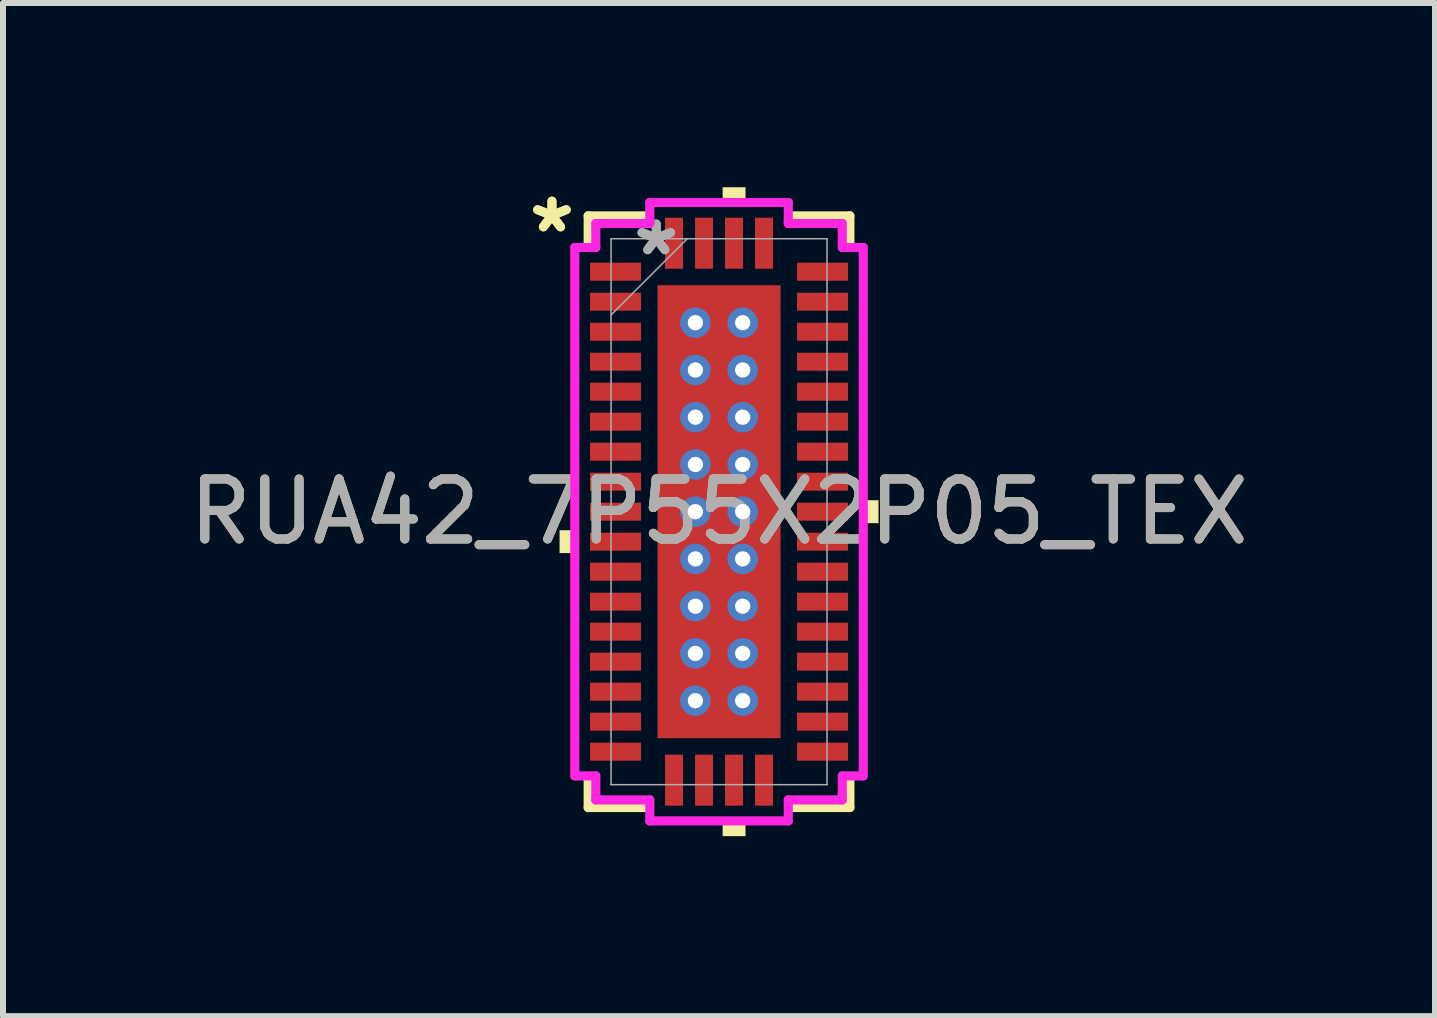
<source format=kicad_pcb>
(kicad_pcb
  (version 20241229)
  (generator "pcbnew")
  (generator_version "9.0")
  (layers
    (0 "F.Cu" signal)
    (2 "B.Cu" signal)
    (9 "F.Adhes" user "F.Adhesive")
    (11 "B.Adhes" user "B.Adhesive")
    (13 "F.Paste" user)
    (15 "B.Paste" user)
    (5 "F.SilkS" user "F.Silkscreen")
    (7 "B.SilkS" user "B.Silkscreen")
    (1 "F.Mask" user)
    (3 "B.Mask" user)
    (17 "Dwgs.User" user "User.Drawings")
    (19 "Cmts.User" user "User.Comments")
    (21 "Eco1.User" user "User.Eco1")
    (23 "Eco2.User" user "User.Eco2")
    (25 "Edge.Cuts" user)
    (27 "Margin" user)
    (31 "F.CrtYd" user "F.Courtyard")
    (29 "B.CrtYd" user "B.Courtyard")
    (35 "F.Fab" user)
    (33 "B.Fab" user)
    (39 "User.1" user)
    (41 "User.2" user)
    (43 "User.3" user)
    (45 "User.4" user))
  (footprint "RUA42_7P55X2P05_TEX"
    (layer "F.Cu")
    (at 8.935 5.479)
    (property "Reference" "RUA42_7P55X2P05_TEX" (at 0 0 0) (unlocked yes) (layer "F.SilkS") (effects (font (size 1 1) (thickness 0.15))))
    (attr smd)
    (fp_poly (pts (xy -1.089 -3.838) (xy -0.594 -3.838) (xy -0.594 3.838) (xy -1.089 3.838)) (stroke (width 0) (type solid)) (fill yes) (layer "F.Mask"))
    (fp_poly (pts (xy -1.089 -3.838) (xy 1.089 -3.838) (xy 1.089 -3.35) (xy -1.089 -3.35)) (stroke (width 0) (type solid)) (fill yes) (layer "F.Mask"))
    (fp_poly (pts (xy -1.089 -2.95) (xy 1.089 -2.95) (xy 1.089 -2.562) (xy -1.089 -2.562)) (stroke (width 0) (type solid)) (fill yes) (layer "F.Mask"))
    (fp_poly (pts (xy -1.089 -2.162) (xy 1.089 -2.162) (xy 1.089 -1.775) (xy -1.089 -1.775)) (stroke (width 0) (type solid)) (fill yes) (layer "F.Mask"))
    (fp_poly (pts (xy -1.089 -1.375) (xy 1.089 -1.375) (xy 1.089 -0.987) (xy -1.089 -0.987)) (stroke (width 0) (type solid)) (fill yes) (layer "F.Mask"))
    (fp_poly (pts (xy -1.089 -0.587) (xy 1.089 -0.587) (xy 1.089 -0.2) (xy -1.089 -0.2)) (stroke (width 0) (type solid)) (fill yes) (layer "F.Mask"))
    (fp_poly (pts (xy -1.089 0.2) (xy 1.089 0.2) (xy 1.089 0.587) (xy -1.089 0.587)) (stroke (width 0) (type solid)) (fill yes) (layer "F.Mask"))
    (fp_poly (pts (xy -1.089 0.987) (xy 1.089 0.987) (xy 1.089 1.375) (xy -1.089 1.375)) (stroke (width 0) (type solid)) (fill yes) (layer "F.Mask"))
    (fp_poly (pts (xy -1.089 1.775) (xy 1.089 1.775) (xy 1.089 2.162) (xy -1.089 2.162)) (stroke (width 0) (type solid)) (fill yes) (layer "F.Mask"))
    (fp_poly (pts (xy -1.089 2.562) (xy 1.089 2.562) (xy 1.089 2.95) (xy -1.089 2.95)) (stroke (width 0) (type solid)) (fill yes) (layer "F.Mask"))
    (fp_poly (pts (xy -1.089 3.35) (xy 1.089 3.35) (xy 1.089 3.838) (xy -1.089 3.838)) (stroke (width 0) (type solid)) (fill yes) (layer "F.Mask"))
    (fp_poly (pts (xy 0.194 -3.838) (xy -0.194 -3.838) (xy -0.194 3.838) (xy 0.194 3.838)) (stroke (width 0) (type solid)) (fill yes) (layer "F.Mask"))
    (fp_poly (pts (xy 0.594 -3.838) (xy 1.089 -3.838) (xy 1.089 3.838) (xy 0.594 3.838)) (stroke (width 0) (type solid)) (fill yes) (layer "F.Mask"))
    (fp_line (start -2.181 -4.931) (end -2.181 -4.481) (stroke (width 0.152) (type solid)) (layer "F.SilkS"))
    (fp_line (start -2.181 4.481) (end -2.181 4.931) (stroke (width 0.152) (type solid)) (layer "F.SilkS"))
    (fp_line (start -2.181 4.931) (end -1.231 4.931) (stroke (width 0.152) (type solid)) (layer "F.SilkS"))
    (fp_line (start -1.231 -4.931) (end -2.181 -4.931) (stroke (width 0.152) (type solid)) (layer "F.SilkS"))
    (fp_line (start 1.231 4.931) (end 2.181 4.931) (stroke (width 0.152) (type solid)) (layer "F.SilkS"))
    (fp_line (start 2.181 -4.931) (end 1.231 -4.931) (stroke (width 0.152) (type solid)) (layer "F.SilkS"))
    (fp_line (start 2.181 -4.481) (end 2.181 -4.931) (stroke (width 0.152) (type solid)) (layer "F.SilkS"))
    (fp_line (start 2.181 4.931) (end 2.181 4.481) (stroke (width 0.152) (type solid)) (layer "F.SilkS"))
    (fp_poly (pts (xy -2.658 0.309) (xy -2.658 0.69) (xy -2.404 0.69) (xy -2.404 0.309)) (stroke (width 0) (type solid)) (fill yes) (layer "F.SilkS"))
    (fp_poly (pts (xy 0.06 -5.154) (xy 0.06 -5.408) (xy 0.441 -5.408) (xy 0.441 -5.154)) (stroke (width 0) (type solid)) (fill yes) (layer "F.SilkS"))
    (fp_poly (pts (xy 0.06 5.154) (xy 0.06 5.408) (xy 0.441 5.408) (xy 0.441 5.154)) (stroke (width 0) (type solid)) (fill yes) (layer "F.SilkS"))
    (fp_poly (pts (xy 2.658 -0.191) (xy 2.658 0.191) (xy 2.404 0.191) (xy 2.404 -0.191)) (stroke (width 0) (type solid)) (fill yes) (layer "F.SilkS"))
    (fp_poly (pts (xy -0.95 -3.7) (xy -0.95 -3.25) (xy -0.635 -3.25) (xy -0.494 -3.391) (xy -0.494 -3.7)) (stroke (width 0) (type solid)) (fill yes) (layer "F.Paste"))
    (fp_poly (pts (xy -0.95 3.25) (xy -0.95 3.7) (xy -0.494 3.7) (xy -0.494 3.391) (xy -0.635 3.25)) (stroke (width 0) (type solid)) (fill yes) (layer "F.Paste"))
    (fp_poly (pts (xy 0.494 -3.7) (xy 0.494 -3.391) (xy 0.635 -3.25) (xy 0.95 -3.25) (xy 0.95 -3.7)) (stroke (width 0) (type solid)) (fill yes) (layer "F.Paste"))
    (fp_poly (pts (xy 0.635 3.25) (xy 0.494 3.391) (xy 0.494 3.7) (xy 0.95 3.7) (xy 0.95 3.25)) (stroke (width 0) (type solid)) (fill yes) (layer "F.Paste"))
    (fp_poly (pts (xy -0.95 -3.05) (xy -0.95 -2.462) (xy -0.635 -2.462) (xy -0.494 -2.604) (xy -0.494 -2.908) (xy -0.635 -3.05)) (stroke (width 0) (type solid)) (fill yes) (layer "F.Paste"))
    (fp_poly (pts (xy -0.95 -2.262) (xy -0.95 -1.675) (xy -0.635 -1.675) (xy -0.494 -1.816) (xy -0.494 -2.121) (xy -0.635 -2.262)) (stroke (width 0) (type solid)) (fill yes) (layer "F.Paste"))
    (fp_poly (pts (xy -0.95 -1.475) (xy -0.95 -0.887) (xy -0.635 -0.887) (xy -0.494 -1.029) (xy -0.494 -1.333) (xy -0.635 -1.475)) (stroke (width 0) (type solid)) (fill yes) (layer "F.Paste"))
    (fp_poly (pts (xy -0.95 -0.687) (xy -0.95 -0.1) (xy -0.635 -0.1) (xy -0.494 -0.241) (xy -0.494 -0.546) (xy -0.635 -0.687)) (stroke (width 0) (type solid)) (fill yes) (layer "F.Paste"))
    (fp_poly (pts (xy -0.95 0.1) (xy -0.95 0.687) (xy -0.635 0.687) (xy -0.494 0.546) (xy -0.494 0.241) (xy -0.635 0.1)) (stroke (width 0) (type solid)) (fill yes) (layer "F.Paste"))
    (fp_poly (pts (xy -0.95 0.887) (xy -0.95 1.475) (xy -0.635 1.475) (xy -0.494 1.333) (xy -0.494 1.029) (xy -0.635 0.887)) (stroke (width 0) (type solid)) (fill yes) (layer "F.Paste"))
    (fp_poly (pts (xy -0.95 1.675) (xy -0.95 2.262) (xy -0.635 2.262) (xy -0.494 2.121) (xy -0.494 1.816) (xy -0.635 1.675)) (stroke (width 0) (type solid)) (fill yes) (layer "F.Paste"))
    (fp_poly (pts (xy -0.95 2.462) (xy -0.95 3.05) (xy -0.635 3.05) (xy -0.494 2.908) (xy -0.494 2.604) (xy -0.635 2.462)) (stroke (width 0) (type solid)) (fill yes) (layer "F.Paste"))
    (fp_poly (pts (xy -0.294 -3.7) (xy -0.294 -3.391) (xy -0.152 -3.25) (xy 0.152 -3.25) (xy 0.294 -3.391) (xy 0.294 -3.7)) (stroke (width 0) (type solid)) (fill yes) (layer "F.Paste"))
    (fp_poly (pts (xy -0.152 3.25) (xy -0.294 3.391) (xy -0.294 3.7) (xy 0.294 3.7) (xy 0.294 3.391) (xy 0.152 3.25)) (stroke (width 0) (type solid)) (fill yes) (layer "F.Paste"))
    (fp_poly (pts (xy 0.635 -3.05) (xy 0.494 -2.908) (xy 0.494 -2.604) (xy 0.635 -2.462) (xy 0.95 -2.462) (xy 0.95 -3.05)) (stroke (width 0) (type solid)) (fill yes) (layer "F.Paste"))
    (fp_poly (pts (xy 0.635 -2.262) (xy 0.494 -2.121) (xy 0.494 -1.816) (xy 0.635 -1.675) (xy 0.95 -1.675) (xy 0.95 -2.262)) (stroke (width 0) (type solid)) (fill yes) (layer "F.Paste"))
    (fp_poly (pts (xy 0.635 -1.475) (xy 0.494 -1.333) (xy 0.494 -1.029) (xy 0.635 -0.887) (xy 0.95 -0.887) (xy 0.95 -1.475)) (stroke (width 0) (type solid)) (fill yes) (layer "F.Paste"))
    (fp_poly (pts (xy 0.635 -0.687) (xy 0.494 -0.546) (xy 0.494 -0.241) (xy 0.635 -0.1) (xy 0.95 -0.1) (xy 0.95 -0.687)) (stroke (width 0) (type solid)) (fill yes) (layer "F.Paste"))
    (fp_poly (pts (xy 0.635 0.1) (xy 0.494 0.241) (xy 0.494 0.546) (xy 0.635 0.687) (xy 0.95 0.687) (xy 0.95 0.1)) (stroke (width 0) (type solid)) (fill yes) (layer "F.Paste"))
    (fp_poly (pts (xy 0.635 0.887) (xy 0.494 1.029) (xy 0.494 1.333) (xy 0.635 1.475) (xy 0.95 1.475) (xy 0.95 0.887)) (stroke (width 0) (type solid)) (fill yes) (layer "F.Paste"))
    (fp_poly (pts (xy 0.635 1.675) (xy 0.494 1.816) (xy 0.494 2.121) (xy 0.635 2.262) (xy 0.95 2.262) (xy 0.95 1.675)) (stroke (width 0) (type solid)) (fill yes) (layer "F.Paste"))
    (fp_poly (pts (xy 0.635 2.462) (xy 0.494 2.604) (xy 0.494 2.908) (xy 0.635 3.05) (xy 0.95 3.05) (xy 0.95 2.462)) (stroke (width 0) (type solid)) (fill yes) (layer "F.Paste"))
    (fp_poly (pts (xy -0.152 -3.05) (xy -0.294 -2.908) (xy -0.294 -2.604) (xy -0.152 -2.462) (xy 0.152 -2.462) (xy 0.294 -2.604) (xy 0.294 -2.908) (xy 0.152 -3.05)) (stroke (width 0) (type solid)) (fill yes) (layer "F.Paste"))
    (fp_poly (pts (xy -0.152 -2.262) (xy -0.294 -2.121) (xy -0.294 -1.816) (xy -0.152 -1.675) (xy 0.152 -1.675) (xy 0.294 -1.816) (xy 0.294 -2.121) (xy 0.152 -2.262)) (stroke (width 0) (type solid)) (fill yes) (layer "F.Paste"))
    (fp_poly (pts (xy -0.152 -1.475) (xy -0.294 -1.333) (xy -0.294 -1.029) (xy -0.152 -0.887) (xy 0.152 -0.887) (xy 0.294 -1.029) (xy 0.294 -1.333) (xy 0.152 -1.475)) (stroke (width 0) (type solid)) (fill yes) (layer "F.Paste"))
    (fp_poly (pts (xy -0.152 -0.687) (xy -0.294 -0.546) (xy -0.294 -0.241) (xy -0.152 -0.1) (xy 0.152 -0.1) (xy 0.294 -0.241) (xy 0.294 -0.546) (xy 0.152 -0.687)) (stroke (width 0) (type solid)) (fill yes) (layer "F.Paste"))
    (fp_poly (pts (xy -0.152 0.1) (xy -0.294 0.241) (xy -0.294 0.546) (xy -0.152 0.687) (xy 0.152 0.687) (xy 0.294 0.546) (xy 0.294 0.241) (xy 0.152 0.1)) (stroke (width 0) (type solid)) (fill yes) (layer "F.Paste"))
    (fp_poly (pts (xy -0.152 0.887) (xy -0.294 1.029) (xy -0.294 1.333) (xy -0.152 1.475) (xy 0.152 1.475) (xy 0.294 1.333) (xy 0.294 1.029) (xy 0.152 0.887)) (stroke (width 0) (type solid)) (fill yes) (layer "F.Paste"))
    (fp_poly (pts (xy -0.152 1.675) (xy -0.294 1.816) (xy -0.294 2.121) (xy -0.152 2.262) (xy 0.152 2.262) (xy 0.294 2.121) (xy 0.294 1.816) (xy 0.152 1.675)) (stroke (width 0) (type solid)) (fill yes) (layer "F.Paste"))
    (fp_poly (pts (xy -0.152 2.462) (xy -0.294 2.604) (xy -0.294 2.908) (xy -0.152 3.05) (xy 0.152 3.05) (xy 0.294 2.908) (xy 0.294 2.604) (xy 0.152 2.462)) (stroke (width 0) (type solid)) (fill yes) (layer "F.Paste"))
    (fp_line (start -2.404 -4.404) (end -2.054 -4.404) (stroke (width 0.152) (type solid)) (layer "F.CrtYd"))
    (fp_line (start -2.404 4.404) (end -2.404 -4.404) (stroke (width 0.152) (type solid)) (layer "F.CrtYd"))
    (fp_line (start -2.054 -4.804) (end -1.154 -4.804) (stroke (width 0.152) (type solid)) (layer "F.CrtYd"))
    (fp_line (start -2.054 -4.404) (end -2.054 -4.804) (stroke (width 0.152) (type solid)) (layer "F.CrtYd"))
    (fp_line (start -2.054 4.404) (end -2.404 4.404) (stroke (width 0.152) (type solid)) (layer "F.CrtYd"))
    (fp_line (start -2.054 4.804) (end -2.054 4.404) (stroke (width 0.152) (type solid)) (layer "F.CrtYd"))
    (fp_line (start -1.154 -5.154) (end 1.154 -5.154) (stroke (width 0.152) (type solid)) (layer "F.CrtYd"))
    (fp_line (start -1.154 -4.804) (end -1.154 -5.154) (stroke (width 0.152) (type solid)) (layer "F.CrtYd"))
    (fp_line (start -1.154 4.804) (end -2.054 4.804) (stroke (width 0.152) (type solid)) (layer "F.CrtYd"))
    (fp_line (start -1.154 5.154) (end -1.154 4.804) (stroke (width 0.152) (type solid)) (layer "F.CrtYd"))
    (fp_line (start 1.154 -5.154) (end 1.154 -4.804) (stroke (width 0.152) (type solid)) (layer "F.CrtYd"))
    (fp_line (start 1.154 -4.804) (end 2.054 -4.804) (stroke (width 0.152) (type solid)) (layer "F.CrtYd"))
    (fp_line (start 1.154 4.804) (end 1.154 5.154) (stroke (width 0.152) (type solid)) (layer "F.CrtYd"))
    (fp_line (start 1.154 5.154) (end -1.154 5.154) (stroke (width 0.152) (type solid)) (layer "F.CrtYd"))
    (fp_line (start 2.054 -4.804) (end 2.054 -4.404) (stroke (width 0.152) (type solid)) (layer "F.CrtYd"))
    (fp_line (start 2.054 -4.404) (end 2.404 -4.404) (stroke (width 0.152) (type solid)) (layer "F.CrtYd"))
    (fp_line (start 2.054 4.404) (end 2.054 4.804) (stroke (width 0.152) (type solid)) (layer "F.CrtYd"))
    (fp_line (start 2.054 4.804) (end 1.154 4.804) (stroke (width 0.152) (type solid)) (layer "F.CrtYd"))
    (fp_line (start 2.404 -4.404) (end 2.404 4.404) (stroke (width 0.152) (type solid)) (layer "F.CrtYd"))
    (fp_line (start 2.404 4.404) (end 2.054 4.404) (stroke (width 0.152) (type solid)) (layer "F.CrtYd"))
    (fp_line (start -1.8 -4.55) (end -1.8 4.55) (stroke (width 0.025) (type solid)) (layer "F.Fab"))
    (fp_line (start -1.8 -3.28) (end -0.53 -4.55) (stroke (width 0.025) (type solid)) (layer "F.Fab"))
    (fp_line (start -1.8 4.55) (end 1.8 4.55) (stroke (width 0.025) (type solid)) (layer "F.Fab"))
    (fp_line (start 1.8 -4.55) (end -1.8 -4.55) (stroke (width 0.025) (type solid)) (layer "F.Fab"))
    (fp_line (start 1.8 4.55) (end 1.8 -4.55) (stroke (width 0.025) (type solid)) (layer "F.Fab"))
    (fp_text user "*" (at -2.785 -4.631 0) (unlocked yes) (layer "F.SilkS") (effects (font (size 1 1) (thickness 0.15))))
    (fp_text user "*" (at -2.785 -4.631 0) (layer "F.SilkS") (effects (font (size 1 1) (thickness 0.15))))
    (fp_text user "*" (at -1.046 -4.25 0) (layer "F.Fab") (effects (font (size 1 1) (thickness 0.15))))
    (fp_text user "*" (at -1.046 -4.25 0) (unlocked yes) (layer "F.Fab") (effects (font (size 1 1) (thickness 0.15))))
    (fp_text user "${REFERENCE}" (at 0 0 0) (unlocked yes) (layer "F.Fab") (effects (font (size 1 1) (thickness 0.15))))
    (pad "1" smd rect (at -1.725 -4 90) (size 0.3 0.85) (layers "F.Cu" "F.Mask" "F.Paste"))
    (pad "2" smd rect (at -1.725 -3.5 90) (size 0.3 0.85) (layers "F.Cu" "F.Mask" "F.Paste"))
    (pad "3" smd rect (at -1.725 -3 90) (size 0.3 0.85) (layers "F.Cu" "F.Mask" "F.Paste"))
    (pad "4" smd rect (at -1.725 -2.5 90) (size 0.3 0.85) (layers "F.Cu" "F.Mask" "F.Paste"))
    (pad "5" smd rect (at -1.725 -2 90) (size 0.3 0.85) (layers "F.Cu" "F.Mask" "F.Paste"))
    (pad "6" smd rect (at -1.725 -1.5 90) (size 0.3 0.85) (layers "F.Cu" "F.Mask" "F.Paste"))
    (pad "7" smd rect (at -1.725 -1 90) (size 0.3 0.85) (layers "F.Cu" "F.Mask" "F.Paste"))
    (pad "8" smd rect (at -1.725 -0.5 90) (size 0.3 0.85) (layers "F.Cu" "F.Mask" "F.Paste"))
    (pad "9" smd rect (at -1.725 0 90) (size 0.3 0.85) (layers "F.Cu" "F.Mask" "F.Paste"))
    (pad "10" smd rect (at -1.725 0.5 90) (size 0.3 0.85) (layers "F.Cu" "F.Mask" "F.Paste"))
    (pad "11" smd rect (at -1.725 1 90) (size 0.3 0.85) (layers "F.Cu" "F.Mask" "F.Paste"))
    (pad "12" smd rect (at -1.725 1.5 90) (size 0.3 0.85) (layers "F.Cu" "F.Mask" "F.Paste"))
    (pad "13" smd rect (at -1.725 2 90) (size 0.3 0.85) (layers "F.Cu" "F.Mask" "F.Paste"))
    (pad "14" smd rect (at -1.725 2.5 90) (size 0.3 0.85) (layers "F.Cu" "F.Mask" "F.Paste"))
    (pad "15" smd rect (at -1.725 3 90) (size 0.3 0.85) (layers "F.Cu" "F.Mask" "F.Paste"))
    (pad "16" smd rect (at -1.725 3.5 90) (size 0.3 0.85) (layers "F.Cu" "F.Mask" "F.Paste"))
    (pad "17" smd rect (at -1.725 4 90) (size 0.3 0.85) (layers "F.Cu" "F.Mask" "F.Paste"))
    (pad "18" smd rect (at -0.75 4.475) (size 0.3 0.85) (layers "F.Cu" "F.Mask" "F.Paste"))
    (pad "19" smd rect (at -0.25 4.475) (size 0.3 0.85) (layers "F.Cu" "F.Mask" "F.Paste"))
    (pad "20" smd rect (at 0.25 4.475) (size 0.3 0.85) (layers "F.Cu" "F.Mask" "F.Paste"))
    (pad "21" smd rect (at 0.75 4.475) (size 0.3 0.85) (layers "F.Cu" "F.Mask" "F.Paste"))
    (pad "22" smd rect (at 1.725 4 90) (size 0.3 0.85) (layers "F.Cu" "F.Mask" "F.Paste"))
    (pad "23" smd rect (at 1.725 3.5 90) (size 0.3 0.85) (layers "F.Cu" "F.Mask" "F.Paste"))
    (pad "24" smd rect (at 1.725 3 90) (size 0.3 0.85) (layers "F.Cu" "F.Mask" "F.Paste"))
    (pad "25" smd rect (at 1.725 2.5 90) (size 0.3 0.85) (layers "F.Cu" "F.Mask" "F.Paste"))
    (pad "26" smd rect (at 1.725 2 90) (size 0.3 0.85) (layers "F.Cu" "F.Mask" "F.Paste"))
    (pad "27" smd rect (at 1.725 1.5 90) (size 0.3 0.85) (layers "F.Cu" "F.Mask" "F.Paste"))
    (pad "28" smd rect (at 1.725 1 90) (size 0.3 0.85) (layers "F.Cu" "F.Mask" "F.Paste"))
    (pad "29" smd rect (at 1.725 0.5 90) (size 0.3 0.85) (layers "F.Cu" "F.Mask" "F.Paste"))
    (pad "30" smd rect (at 1.725 0 90) (size 0.3 0.85) (layers "F.Cu" "F.Mask" "F.Paste"))
    (pad "31" smd rect (at 1.725 -0.5 90) (size 0.3 0.85) (layers "F.Cu" "F.Mask" "F.Paste"))
    (pad "32" smd rect (at 1.725 -1 90) (size 0.3 0.85) (layers "F.Cu" "F.Mask" "F.Paste"))
    (pad "33" smd rect (at 1.725 -1.5 90) (size 0.3 0.85) (layers "F.Cu" "F.Mask" "F.Paste"))
    (pad "34" smd rect (at 1.725 -2 90) (size 0.3 0.85) (layers "F.Cu" "F.Mask" "F.Paste"))
    (pad "35" smd rect (at 1.725 -2.5 90) (size 0.3 0.85) (layers "F.Cu" "F.Mask" "F.Paste"))
    (pad "36" smd rect (at 1.725 -3 90) (size 0.3 0.85) (layers "F.Cu" "F.Mask" "F.Paste"))
    (pad "37" smd rect (at 1.725 -3.5 90) (size 0.3 0.85) (layers "F.Cu" "F.Mask" "F.Paste"))
    (pad "38" smd rect (at 1.725 -4 90) (size 0.3 0.85) (layers "F.Cu" "F.Mask" "F.Paste"))
    (pad "39" smd rect (at 0.75 -4.475) (size 0.3 0.85) (layers "F.Cu" "F.Mask" "F.Paste"))
    (pad "40" smd rect (at 0.25 -4.475) (size 0.3 0.85) (layers "F.Cu" "F.Mask" "F.Paste"))
    (pad "41" smd rect (at -0.25 -4.475) (size 0.3 0.85) (layers "F.Cu" "F.Mask" "F.Paste"))
    (pad "42" smd rect (at -0.75 -4.475) (size 0.3 0.85) (layers "F.Cu" "F.Mask" "F.Paste"))
    (pad "43" smd rect (at 0 0) (size 2.05 7.55) (layers "F.Cu"))
    (pad "V" thru_hole circle (at -0.394 -3.15) (size 0.508 0.508) (drill 0.254) (layers "*.Cu" "*.Mask"))
    (pad "V" thru_hole circle (at -0.394 -2.362) (size 0.508 0.508) (drill 0.254) (layers "*.Cu" "*.Mask"))
    (pad "V" thru_hole circle (at -0.394 -1.575) (size 0.508 0.508) (drill 0.254) (layers "*.Cu" "*.Mask"))
    (pad "V" thru_hole circle (at -0.394 -0.787) (size 0.508 0.508) (drill 0.254) (layers "*.Cu" "*.Mask"))
    (pad "V" thru_hole circle (at -0.394 0) (size 0.508 0.508) (drill 0.254) (layers "*.Cu" "*.Mask"))
    (pad "V" thru_hole circle (at -0.394 0.787) (size 0.508 0.508) (drill 0.254) (layers "*.Cu" "*.Mask"))
    (pad "V" thru_hole circle (at -0.394 1.575) (size 0.508 0.508) (drill 0.254) (layers "*.Cu" "*.Mask"))
    (pad "V" thru_hole circle (at -0.394 2.362) (size 0.508 0.508) (drill 0.254) (layers "*.Cu" "*.Mask"))
    (pad "V" thru_hole circle (at -0.394 3.15) (size 0.508 0.508) (drill 0.254) (layers "*.Cu" "*.Mask"))
    (pad "V" thru_hole circle (at 0.394 -3.15) (size 0.508 0.508) (drill 0.254) (layers "*.Cu" "*.Mask"))
    (pad "V" thru_hole circle (at 0.394 -2.362) (size 0.508 0.508) (drill 0.254) (layers "*.Cu" "*.Mask"))
    (pad "V" thru_hole circle (at 0.394 -1.575) (size 0.508 0.508) (drill 0.254) (layers "*.Cu" "*.Mask"))
    (pad "V" thru_hole circle (at 0.394 -0.787) (size 0.508 0.508) (drill 0.254) (layers "*.Cu" "*.Mask"))
    (pad "V" thru_hole circle (at 0.394 0) (size 0.508 0.508) (drill 0.254) (layers "*.Cu" "*.Mask"))
    (pad "V" thru_hole circle (at 0.394 0.787) (size 0.508 0.508) (drill 0.254) (layers "*.Cu" "*.Mask"))
    (pad "V" thru_hole circle (at 0.394 1.575) (size 0.508 0.508) (drill 0.254) (layers "*.Cu" "*.Mask"))
    (pad "V" thru_hole circle (at 0.394 2.362) (size 0.508 0.508) (drill 0.254) (layers "*.Cu" "*.Mask"))
    (pad "V" thru_hole circle (at 0.394 3.15) (size 0.508 0.508) (drill 0.254) (layers "*.Cu" "*.Mask")))
  (gr_rect
    (start -3 -3)
    (end 20.869 13.887)
    (stroke (width 0.1) (type default))
    (fill no)
    (layer "Edge.Cuts")))
</source>
